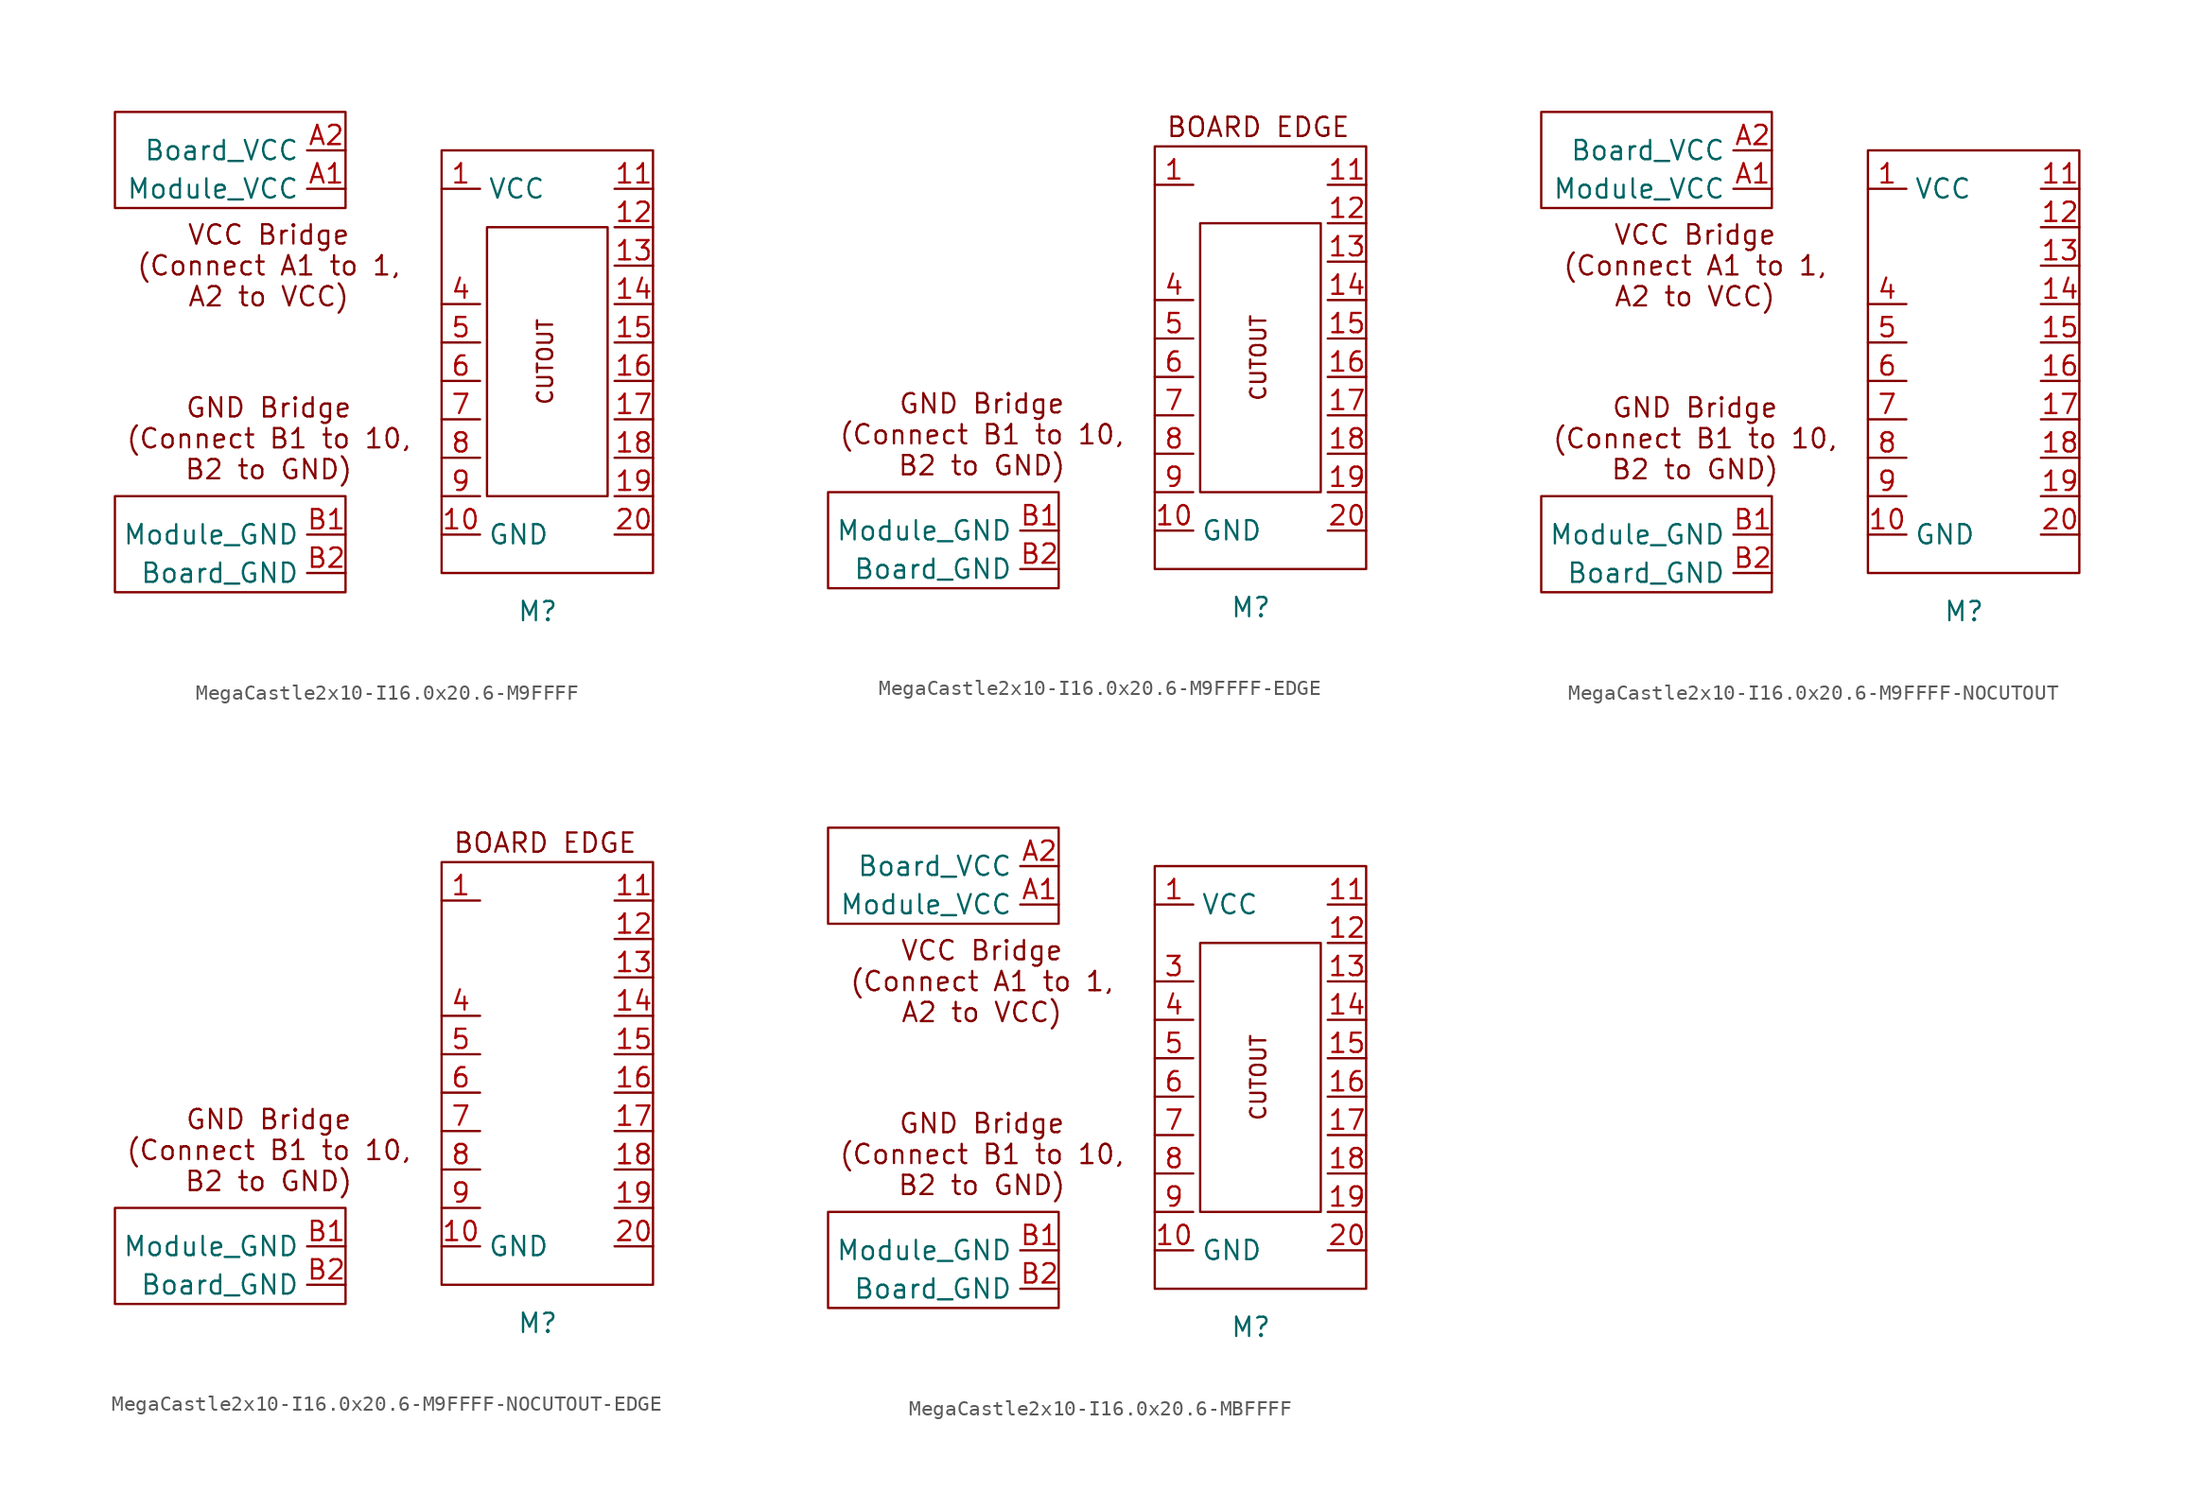
<source format=kicad_sym>
(kicad_symbol_lib
  (version 20231120)
  (generator "kicad_symbol_editor")
  (generator_version "8.0")
  (symbol "MegaCastle2x10-I16.0x20.6-M9FFFF"
    (property "Reference" "M"
      (at 0 -16.51 0)
      (effects (font (size 1.27 1.27))))
    (property "Value" ""
      (at 0 5.08 0)
      (effects (font (size 1.27 1.27))))
    (symbol "MegaCastle2x10-I16.0x20.6-M9FFFF_0_1"
      (rectangle (start -27.94 -8.89) (end -12.7 -15.24) (stroke (width 0) (type default)) (fill (type none)))
      (rectangle (start -27.94 16.51) (end -12.7 10.16) (stroke (width 0) (type default)) (fill (type none)))
      (rectangle (start -6.35 13.97) (end 7.62 -13.97) (stroke (width 0) (type default)) (fill (type none)))
      (rectangle (start -3.35 8.89) (end 4.62 -8.89) (stroke (width 0) (type default)) (fill (type none))))
    (symbol "MegaCastle2x10-I16.0x20.6-M9FFFF_1_1"
      (text "CUTOUT" (at 0.5 0 900) (effects (font (size 1 1))))
      (text "GND Bridge\n(Connect B1 to 10,\nB2 to GND)" (at -17.78 -5.08 0) (effects (font (size 1.27 1.27))))
      (text "VCC Bridge\n(Connect A1 to 1,\nA2 to VCC)" (at -17.78 6.35 0) (effects (font (size 1.27 1.27))))
      (pin bidirectional line (at -6.35 11.43 0) (length 2.54) (name "VCC" (effects (font (size 1.27 1.27)))) (number "1" (effects (font (size 1.27 1.27)))))
      (pin bidirectional line (at -6.35 -11.43 0) (length 2.54) (name "GND" (effects (font (size 1.27 1.27)))) (number "10" (effects (font (size 1.27 1.27)))))
      (pin bidirectional line (at 7.62 11.43 180) (length 2.54) (name "" (effects (font (size 1.27 1.27)))) (number "11" (effects (font (size 1.27 1.27)))))
      (pin bidirectional line (at 7.62 8.89 180) (length 2.54) (name "" (effects (font (size 1.27 1.27)))) (number "12" (effects (font (size 1.27 1.27)))))
      (pin bidirectional line (at 7.62 6.35 180) (length 2.54) (name "" (effects (font (size 1.27 1.27)))) (number "13" (effects (font (size 1.27 1.27)))))
      (pin bidirectional line (at 7.62 3.81 180) (length 2.54) (name "" (effects (font (size 1.27 1.27)))) (number "14" (effects (font (size 1.27 1.27)))))
      (pin bidirectional line (at 7.62 1.27 180) (length 2.54) (name "" (effects (font (size 1.27 1.27)))) (number "15" (effects (font (size 1.27 1.27)))))
      (pin bidirectional line (at 7.62 -1.27 180) (length 2.54) (name "" (effects (font (size 1.27 1.27)))) (number "16" (effects (font (size 1.27 1.27)))))
      (pin bidirectional line (at 7.62 -3.81 180) (length 2.54) (name "" (effects (font (size 1.27 1.27)))) (number "17" (effects (font (size 1.27 1.27)))))
      (pin bidirectional line (at 7.62 -6.35 180) (length 2.54) (name "" (effects (font (size 1.27 1.27)))) (number "18" (effects (font (size 1.27 1.27)))))
      (pin bidirectional line (at 7.62 -8.89 180) (length 2.54) (name "" (effects (font (size 1.27 1.27)))) (number "19" (effects (font (size 1.27 1.27)))))
      (pin bidirectional line (at 7.62 -11.43 180) (length 2.54) (name "" (effects (font (size 1.27 1.27)))) (number "20" (effects (font (size 1.27 1.27)))))
      (pin bidirectional line (at -6.35 3.81 0) (length 2.54) (name "" (effects (font (size 1.27 1.27)))) (number "4" (effects (font (size 1.27 1.27)))))
      (pin bidirectional line (at -6.35 1.27 0) (length 2.54) (name "" (effects (font (size 1.27 1.27)))) (number "5" (effects (font (size 1.27 1.27)))))
      (pin bidirectional line (at -6.35 -1.27 0) (length 2.54) (name "" (effects (font (size 1.27 1.27)))) (number "6" (effects (font (size 1.27 1.27)))))
      (pin bidirectional line (at -6.35 -3.81 0) (length 2.54) (name "" (effects (font (size 1.27 1.27)))) (number "7" (effects (font (size 1.27 1.27)))))
      (pin bidirectional line (at -6.35 -6.35 0) (length 2.54) (name "" (effects (font (size 1.27 1.27)))) (number "8" (effects (font (size 1.27 1.27)))))
      (pin bidirectional line (at -6.35 -8.89 0) (length 2.54) (name "" (effects (font (size 1.27 1.27)))) (number "9" (effects (font (size 1.27 1.27)))))
      (pin bidirectional line (at -12.7 11.43 180) (length 2.54) (name "Module_VCC" (effects (font (size 1.27 1.27)))) (number "A1" (effects (font (size 1.27 1.27)))))
      (pin bidirectional line (at -12.7 13.97 180) (length 2.54) (name "Board_VCC" (effects (font (size 1.27 1.27)))) (number "A2" (effects (font (size 1.27 1.27)))))
      (pin bidirectional line (at -12.7 -11.43 180) (length 2.54) (name "Module_GND" (effects (font (size 1.27 1.27)))) (number "B1" (effects (font (size 1.27 1.27)))))
      (pin bidirectional line (at -12.7 -13.97 180) (length 2.54) (name "Board_GND" (effects (font (size 1.27 1.27)))) (number "B2" (effects (font (size 1.27 1.27)))))))
  (symbol "MegaCastle2x10-I16.0x20.6-M9FFFF-EDGE"
    (property "Reference" "M"
      (at 0 -16.51 0)
      (effects (font (size 1.27 1.27))))
    (property "Value" ""
      (at 0 5.08 0)
      (effects (font (size 1.27 1.27))))
    (symbol "MegaCastle2x10-I16.0x20.6-M9FFFF-EDGE_0_1"
      (rectangle (start -27.94 -8.89) (end -12.7 -15.24) (stroke (width 0) (type default)) (fill (type none)))
      (rectangle (start -6.35 13.97) (end 7.62 -13.97) (stroke (width 0) (type default)) (fill (type none)))
      (rectangle (start -3.35 8.89) (end 4.62 -8.89) (stroke (width 0) (type default)) (fill (type none))))
    (symbol "MegaCastle2x10-I16.0x20.6-M9FFFF-EDGE_1_1"
      (text " BOARD EDGE" (at 0 15.24 0) (effects (font (size 1.27 1.27))))
      (text "CUTOUT" (at 0.5 0 900) (effects (font (size 1 1))))
      (text "GND Bridge\n(Connect B1 to 10,\nB2 to GND)" (at -17.78 -5.08 0) (effects (font (size 1.27 1.27))))
      (pin bidirectional line (at -6.35 11.43 0) (length 2.54) (name "" (effects (font (size 1.27 1.27)))) (number "1" (effects (font (size 1.27 1.27)))))
      (pin bidirectional line (at -6.35 -11.43 0) (length 2.54) (name "GND" (effects (font (size 1.27 1.27)))) (number "10" (effects (font (size 1.27 1.27)))))
      (pin bidirectional line (at 7.62 11.43 180) (length 2.54) (name "" (effects (font (size 1.27 1.27)))) (number "11" (effects (font (size 1.27 1.27)))))
      (pin bidirectional line (at 7.62 8.89 180) (length 2.54) (name "" (effects (font (size 1.27 1.27)))) (number "12" (effects (font (size 1.27 1.27)))))
      (pin bidirectional line (at 7.62 6.35 180) (length 2.54) (name "" (effects (font (size 1.27 1.27)))) (number "13" (effects (font (size 1.27 1.27)))))
      (pin bidirectional line (at 7.62 3.81 180) (length 2.54) (name "" (effects (font (size 1.27 1.27)))) (number "14" (effects (font (size 1.27 1.27)))))
      (pin bidirectional line (at 7.62 1.27 180) (length 2.54) (name "" (effects (font (size 1.27 1.27)))) (number "15" (effects (font (size 1.27 1.27)))))
      (pin bidirectional line (at 7.62 -1.27 180) (length 2.54) (name "" (effects (font (size 1.27 1.27)))) (number "16" (effects (font (size 1.27 1.27)))))
      (pin bidirectional line (at 7.62 -3.81 180) (length 2.54) (name "" (effects (font (size 1.27 1.27)))) (number "17" (effects (font (size 1.27 1.27)))))
      (pin bidirectional line (at 7.62 -6.35 180) (length 2.54) (name "" (effects (font (size 1.27 1.27)))) (number "18" (effects (font (size 1.27 1.27)))))
      (pin bidirectional line (at 7.62 -8.89 180) (length 2.54) (name "" (effects (font (size 1.27 1.27)))) (number "19" (effects (font (size 1.27 1.27)))))
      (pin bidirectional line (at 7.62 -11.43 180) (length 2.54) (name "" (effects (font (size 1.27 1.27)))) (number "20" (effects (font (size 1.27 1.27)))))
      (pin bidirectional line (at -6.35 3.81 0) (length 2.54) (name "" (effects (font (size 1.27 1.27)))) (number "4" (effects (font (size 1.27 1.27)))))
      (pin bidirectional line (at -6.35 1.27 0) (length 2.54) (name "" (effects (font (size 1.27 1.27)))) (number "5" (effects (font (size 1.27 1.27)))))
      (pin bidirectional line (at -6.35 -1.27 0) (length 2.54) (name "" (effects (font (size 1.27 1.27)))) (number "6" (effects (font (size 1.27 1.27)))))
      (pin bidirectional line (at -6.35 -3.81 0) (length 2.54) (name "" (effects (font (size 1.27 1.27)))) (number "7" (effects (font (size 1.27 1.27)))))
      (pin bidirectional line (at -6.35 -6.35 0) (length 2.54) (name "" (effects (font (size 1.27 1.27)))) (number "8" (effects (font (size 1.27 1.27)))))
      (pin bidirectional line (at -6.35 -8.89 0) (length 2.54) (name "" (effects (font (size 1.27 1.27)))) (number "9" (effects (font (size 1.27 1.27)))))
      (pin bidirectional line (at -12.7 -11.43 180) (length 2.54) (name "Module_GND" (effects (font (size 1.27 1.27)))) (number "B1" (effects (font (size 1.27 1.27)))))
      (pin bidirectional line (at -12.7 -13.97 180) (length 2.54) (name "Board_GND" (effects (font (size 1.27 1.27)))) (number "B2" (effects (font (size 1.27 1.27)))))))
  (symbol "MegaCastle2x10-I16.0x20.6-M9FFFF-NOCUTOUT"
    (property "Reference" "M"
      (at 0 -16.51 0)
      (effects (font (size 1.27 1.27))))
    (property "Value" ""
      (at 0 5.08 0)
      (effects (font (size 1.27 1.27))))
    (symbol "MegaCastle2x10-I16.0x20.6-M9FFFF-NOCUTOUT_0_1"
      (rectangle (start -27.94 -8.89) (end -12.7 -15.24) (stroke (width 0) (type default)) (fill (type none)))
      (rectangle (start -27.94 16.51) (end -12.7 10.16) (stroke (width 0) (type default)) (fill (type none)))
      (rectangle (start -6.35 13.97) (end 7.62 -13.97) (stroke (width 0) (type default)) (fill (type none))))
    (symbol "MegaCastle2x10-I16.0x20.6-M9FFFF-NOCUTOUT_1_1"
      (text "GND Bridge\n(Connect B1 to 10,\nB2 to GND)" (at -17.78 -5.08 0) (effects (font (size 1.27 1.27))))
      (text "VCC Bridge\n(Connect A1 to 1,\nA2 to VCC)" (at -17.78 6.35 0) (effects (font (size 1.27 1.27))))
      (pin bidirectional line (at -6.35 11.43 0) (length 2.54) (name "VCC" (effects (font (size 1.27 1.27)))) (number "1" (effects (font (size 1.27 1.27)))))
      (pin bidirectional line (at -6.35 -11.43 0) (length 2.54) (name "GND" (effects (font (size 1.27 1.27)))) (number "10" (effects (font (size 1.27 1.27)))))
      (pin bidirectional line (at 7.62 11.43 180) (length 2.54) (name "" (effects (font (size 1.27 1.27)))) (number "11" (effects (font (size 1.27 1.27)))))
      (pin bidirectional line (at 7.62 8.89 180) (length 2.54) (name "" (effects (font (size 1.27 1.27)))) (number "12" (effects (font (size 1.27 1.27)))))
      (pin bidirectional line (at 7.62 6.35 180) (length 2.54) (name "" (effects (font (size 1.27 1.27)))) (number "13" (effects (font (size 1.27 1.27)))))
      (pin bidirectional line (at 7.62 3.81 180) (length 2.54) (name "" (effects (font (size 1.27 1.27)))) (number "14" (effects (font (size 1.27 1.27)))))
      (pin bidirectional line (at 7.62 1.27 180) (length 2.54) (name "" (effects (font (size 1.27 1.27)))) (number "15" (effects (font (size 1.27 1.27)))))
      (pin bidirectional line (at 7.62 -1.27 180) (length 2.54) (name "" (effects (font (size 1.27 1.27)))) (number "16" (effects (font (size 1.27 1.27)))))
      (pin bidirectional line (at 7.62 -3.81 180) (length 2.54) (name "" (effects (font (size 1.27 1.27)))) (number "17" (effects (font (size 1.27 1.27)))))
      (pin bidirectional line (at 7.62 -6.35 180) (length 2.54) (name "" (effects (font (size 1.27 1.27)))) (number "18" (effects (font (size 1.27 1.27)))))
      (pin bidirectional line (at 7.62 -8.89 180) (length 2.54) (name "" (effects (font (size 1.27 1.27)))) (number "19" (effects (font (size 1.27 1.27)))))
      (pin bidirectional line (at 7.62 -11.43 180) (length 2.54) (name "" (effects (font (size 1.27 1.27)))) (number "20" (effects (font (size 1.27 1.27)))))
      (pin bidirectional line (at -6.35 3.81 0) (length 2.54) (name "" (effects (font (size 1.27 1.27)))) (number "4" (effects (font (size 1.27 1.27)))))
      (pin bidirectional line (at -6.35 1.27 0) (length 2.54) (name "" (effects (font (size 1.27 1.27)))) (number "5" (effects (font (size 1.27 1.27)))))
      (pin bidirectional line (at -6.35 -1.27 0) (length 2.54) (name "" (effects (font (size 1.27 1.27)))) (number "6" (effects (font (size 1.27 1.27)))))
      (pin bidirectional line (at -6.35 -3.81 0) (length 2.54) (name "" (effects (font (size 1.27 1.27)))) (number "7" (effects (font (size 1.27 1.27)))))
      (pin bidirectional line (at -6.35 -6.35 0) (length 2.54) (name "" (effects (font (size 1.27 1.27)))) (number "8" (effects (font (size 1.27 1.27)))))
      (pin bidirectional line (at -6.35 -8.89 0) (length 2.54) (name "" (effects (font (size 1.27 1.27)))) (number "9" (effects (font (size 1.27 1.27)))))
      (pin bidirectional line (at -12.7 11.43 180) (length 2.54) (name "Module_VCC" (effects (font (size 1.27 1.27)))) (number "A1" (effects (font (size 1.27 1.27)))))
      (pin bidirectional line (at -12.7 13.97 180) (length 2.54) (name "Board_VCC" (effects (font (size 1.27 1.27)))) (number "A2" (effects (font (size 1.27 1.27)))))
      (pin bidirectional line (at -12.7 -11.43 180) (length 2.54) (name "Module_GND" (effects (font (size 1.27 1.27)))) (number "B1" (effects (font (size 1.27 1.27)))))
      (pin bidirectional line (at -12.7 -13.97 180) (length 2.54) (name "Board_GND" (effects (font (size 1.27 1.27)))) (number "B2" (effects (font (size 1.27 1.27)))))))
  (symbol "MegaCastle2x10-I16.0x20.6-M9FFFF-NOCUTOUT-EDGE"
    (property "Reference" "M"
      (at 0 -16.51 0)
      (effects (font (size 1.27 1.27))))
    (property "Value" ""
      (at 0 5.08 0)
      (effects (font (size 1.27 1.27))))
    (symbol "MegaCastle2x10-I16.0x20.6-M9FFFF-NOCUTOUT-EDGE_0_1"
      (rectangle (start -27.94 -8.89) (end -12.7 -15.24) (stroke (width 0) (type default)) (fill (type none)))
      (rectangle (start -6.35 13.97) (end 7.62 -13.97) (stroke (width 0) (type default)) (fill (type none))))
    (symbol "MegaCastle2x10-I16.0x20.6-M9FFFF-NOCUTOUT-EDGE_1_1"
      (text " BOARD EDGE" (at 0 15.24 0) (effects (font (size 1.27 1.27))))
      (text "GND Bridge\n(Connect B1 to 10,\nB2 to GND)" (at -17.78 -5.08 0) (effects (font (size 1.27 1.27))))
      (pin bidirectional line (at -6.35 11.43 0) (length 2.54) (name "" (effects (font (size 1.27 1.27)))) (number "1" (effects (font (size 1.27 1.27)))))
      (pin bidirectional line (at -6.35 -11.43 0) (length 2.54) (name "GND" (effects (font (size 1.27 1.27)))) (number "10" (effects (font (size 1.27 1.27)))))
      (pin bidirectional line (at 7.62 11.43 180) (length 2.54) (name "" (effects (font (size 1.27 1.27)))) (number "11" (effects (font (size 1.27 1.27)))))
      (pin bidirectional line (at 7.62 8.89 180) (length 2.54) (name "" (effects (font (size 1.27 1.27)))) (number "12" (effects (font (size 1.27 1.27)))))
      (pin bidirectional line (at 7.62 6.35 180) (length 2.54) (name "" (effects (font (size 1.27 1.27)))) (number "13" (effects (font (size 1.27 1.27)))))
      (pin bidirectional line (at 7.62 3.81 180) (length 2.54) (name "" (effects (font (size 1.27 1.27)))) (number "14" (effects (font (size 1.27 1.27)))))
      (pin bidirectional line (at 7.62 1.27 180) (length 2.54) (name "" (effects (font (size 1.27 1.27)))) (number "15" (effects (font (size 1.27 1.27)))))
      (pin bidirectional line (at 7.62 -1.27 180) (length 2.54) (name "" (effects (font (size 1.27 1.27)))) (number "16" (effects (font (size 1.27 1.27)))))
      (pin bidirectional line (at 7.62 -3.81 180) (length 2.54) (name "" (effects (font (size 1.27 1.27)))) (number "17" (effects (font (size 1.27 1.27)))))
      (pin bidirectional line (at 7.62 -6.35 180) (length 2.54) (name "" (effects (font (size 1.27 1.27)))) (number "18" (effects (font (size 1.27 1.27)))))
      (pin bidirectional line (at 7.62 -8.89 180) (length 2.54) (name "" (effects (font (size 1.27 1.27)))) (number "19" (effects (font (size 1.27 1.27)))))
      (pin bidirectional line (at 7.62 -11.43 180) (length 2.54) (name "" (effects (font (size 1.27 1.27)))) (number "20" (effects (font (size 1.27 1.27)))))
      (pin bidirectional line (at -6.35 3.81 0) (length 2.54) (name "" (effects (font (size 1.27 1.27)))) (number "4" (effects (font (size 1.27 1.27)))))
      (pin bidirectional line (at -6.35 1.27 0) (length 2.54) (name "" (effects (font (size 1.27 1.27)))) (number "5" (effects (font (size 1.27 1.27)))))
      (pin bidirectional line (at -6.35 -1.27 0) (length 2.54) (name "" (effects (font (size 1.27 1.27)))) (number "6" (effects (font (size 1.27 1.27)))))
      (pin bidirectional line (at -6.35 -3.81 0) (length 2.54) (name "" (effects (font (size 1.27 1.27)))) (number "7" (effects (font (size 1.27 1.27)))))
      (pin bidirectional line (at -6.35 -6.35 0) (length 2.54) (name "" (effects (font (size 1.27 1.27)))) (number "8" (effects (font (size 1.27 1.27)))))
      (pin bidirectional line (at -6.35 -8.89 0) (length 2.54) (name "" (effects (font (size 1.27 1.27)))) (number "9" (effects (font (size 1.27 1.27)))))
      (pin bidirectional line (at -12.7 -11.43 180) (length 2.54) (name "Module_GND" (effects (font (size 1.27 1.27)))) (number "B1" (effects (font (size 1.27 1.27)))))
      (pin bidirectional line (at -12.7 -13.97 180) (length 2.54) (name "Board_GND" (effects (font (size 1.27 1.27)))) (number "B2" (effects (font (size 1.27 1.27)))))))
  (symbol "MegaCastle2x10-I16.0x20.6-MBFFFF"
    (property "Reference" "M"
      (at 0 -16.51 0)
      (effects (font (size 1.27 1.27))))
    (property "Value" ""
      (at 0 5.08 0)
      (effects (font (size 1.27 1.27))))
    (symbol "MegaCastle2x10-I16.0x20.6-MBFFFF_0_1"
      (rectangle (start -27.94 -8.89) (end -12.7 -15.24) (stroke (width 0) (type default)) (fill (type none)))
      (rectangle (start -27.94 16.51) (end -12.7 10.16) (stroke (width 0) (type default)) (fill (type none)))
      (rectangle (start -6.35 13.97) (end 7.62 -13.97) (stroke (width 0) (type default)) (fill (type none)))
      (rectangle (start -3.35 8.89) (end 4.62 -8.89) (stroke (width 0) (type default)) (fill (type none))))
    (symbol "MegaCastle2x10-I16.0x20.6-MBFFFF_1_1"
      (text "CUTOUT" (at 0.5 0 900) (effects (font (size 1 1))))
      (text "GND Bridge\n(Connect B1 to 10,\nB2 to GND)" (at -17.78 -5.08 0) (effects (font (size 1.27 1.27))))
      (text "VCC Bridge\n(Connect A1 to 1,\nA2 to VCC)" (at -17.78 6.35 0) (effects (font (size 1.27 1.27))))
      (pin bidirectional line (at -6.35 11.43 0) (length 2.54) (name "VCC" (effects (font (size 1.27 1.27)))) (number "1" (effects (font (size 1.27 1.27)))))
      (pin bidirectional line (at -6.35 -11.43 0) (length 2.54) (name "GND" (effects (font (size 1.27 1.27)))) (number "10" (effects (font (size 1.27 1.27)))))
      (pin bidirectional line (at 7.62 11.43 180) (length 2.54) (name "" (effects (font (size 1.27 1.27)))) (number "11" (effects (font (size 1.27 1.27)))))
      (pin bidirectional line (at 7.62 8.89 180) (length 2.54) (name "" (effects (font (size 1.27 1.27)))) (number "12" (effects (font (size 1.27 1.27)))))
      (pin bidirectional line (at 7.62 6.35 180) (length 2.54) (name "" (effects (font (size 1.27 1.27)))) (number "13" (effects (font (size 1.27 1.27)))))
      (pin bidirectional line (at 7.62 3.81 180) (length 2.54) (name "" (effects (font (size 1.27 1.27)))) (number "14" (effects (font (size 1.27 1.27)))))
      (pin bidirectional line (at 7.62 1.27 180) (length 2.54) (name "" (effects (font (size 1.27 1.27)))) (number "15" (effects (font (size 1.27 1.27)))))
      (pin bidirectional line (at 7.62 -1.27 180) (length 2.54) (name "" (effects (font (size 1.27 1.27)))) (number "16" (effects (font (size 1.27 1.27)))))
      (pin bidirectional line (at 7.62 -3.81 180) (length 2.54) (name "" (effects (font (size 1.27 1.27)))) (number "17" (effects (font (size 1.27 1.27)))))
      (pin bidirectional line (at 7.62 -6.35 180) (length 2.54) (name "" (effects (font (size 1.27 1.27)))) (number "18" (effects (font (size 1.27 1.27)))))
      (pin bidirectional line (at 7.62 -8.89 180) (length 2.54) (name "" (effects (font (size 1.27 1.27)))) (number "19" (effects (font (size 1.27 1.27)))))
      (pin bidirectional line (at 7.62 -11.43 180) (length 2.54) (name "" (effects (font (size 1.27 1.27)))) (number "20" (effects (font (size 1.27 1.27)))))
      (pin bidirectional line (at -6.35 6.35 0) (length 2.54) (name "" (effects (font (size 1.27 1.27)))) (number "3" (effects (font (size 1.27 1.27)))))
      (pin bidirectional line (at -6.35 3.81 0) (length 2.54) (name "" (effects (font (size 1.27 1.27)))) (number "4" (effects (font (size 1.27 1.27)))))
      (pin bidirectional line (at -6.35 1.27 0) (length 2.54) (name "" (effects (font (size 1.27 1.27)))) (number "5" (effects (font (size 1.27 1.27)))))
      (pin bidirectional line (at -6.35 -1.27 0) (length 2.54) (name "" (effects (font (size 1.27 1.27)))) (number "6" (effects (font (size 1.27 1.27)))))
      (pin bidirectional line (at -6.35 -3.81 0) (length 2.54) (name "" (effects (font (size 1.27 1.27)))) (number "7" (effects (font (size 1.27 1.27)))))
      (pin bidirectional line (at -6.35 -6.35 0) (length 2.54) (name "" (effects (font (size 1.27 1.27)))) (number "8" (effects (font (size 1.27 1.27)))))
      (pin bidirectional line (at -6.35 -8.89 0) (length 2.54) (name "" (effects (font (size 1.27 1.27)))) (number "9" (effects (font (size 1.27 1.27)))))
      (pin bidirectional line (at -12.7 11.43 180) (length 2.54) (name "Module_VCC" (effects (font (size 1.27 1.27)))) (number "A1" (effects (font (size 1.27 1.27)))))
      (pin bidirectional line (at -12.7 13.97 180) (length 2.54) (name "Board_VCC" (effects (font (size 1.27 1.27)))) (number "A2" (effects (font (size 1.27 1.27)))))
      (pin bidirectional line (at -12.7 -11.43 180) (length 2.54) (name "Module_GND" (effects (font (size 1.27 1.27)))) (number "B1" (effects (font (size 1.27 1.27)))))
      (pin bidirectional line (at -12.7 -13.97 180) (length 2.54) (name "Board_GND" (effects (font (size 1.27 1.27)))) (number "B2" (effects (font (size 1.27 1.27))))))))
</source>
